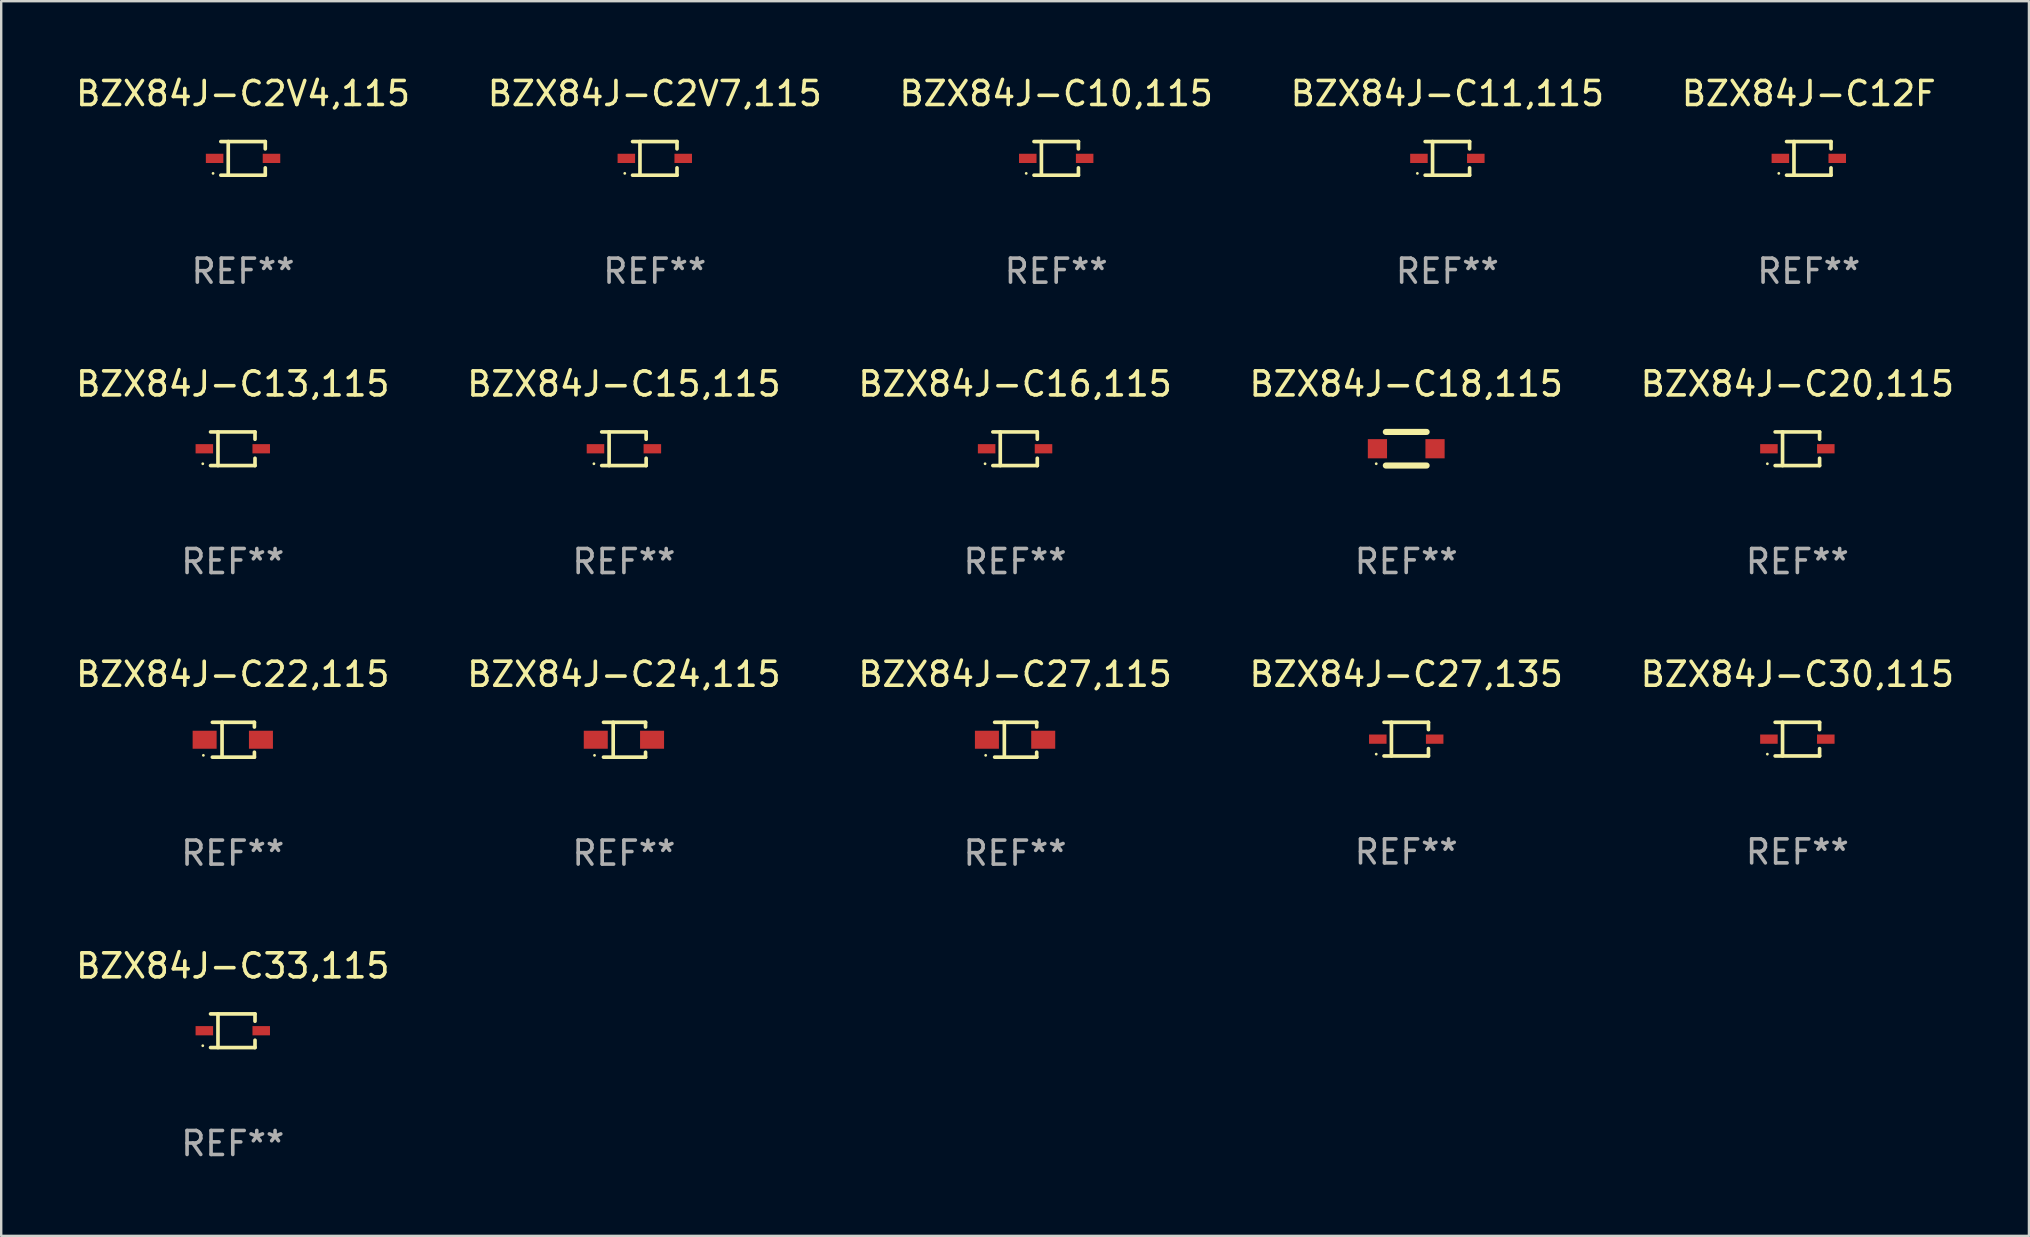
<source format=kicad_pcb>
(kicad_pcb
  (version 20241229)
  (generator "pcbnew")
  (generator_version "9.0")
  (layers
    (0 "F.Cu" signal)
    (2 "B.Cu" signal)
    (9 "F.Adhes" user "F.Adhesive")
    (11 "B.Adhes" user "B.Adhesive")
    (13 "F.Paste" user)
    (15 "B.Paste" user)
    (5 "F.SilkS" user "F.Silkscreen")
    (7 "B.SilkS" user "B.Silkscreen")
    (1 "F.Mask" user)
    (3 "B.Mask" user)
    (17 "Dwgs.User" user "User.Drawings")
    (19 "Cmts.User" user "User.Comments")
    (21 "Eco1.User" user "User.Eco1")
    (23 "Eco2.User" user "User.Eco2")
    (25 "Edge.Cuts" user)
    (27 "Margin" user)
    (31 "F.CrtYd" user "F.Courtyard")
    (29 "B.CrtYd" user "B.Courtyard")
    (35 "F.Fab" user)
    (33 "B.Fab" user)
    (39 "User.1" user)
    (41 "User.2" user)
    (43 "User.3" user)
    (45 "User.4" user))
  (footprint "BZX84J-C10,115"
    (layer "F.Cu")
    (at 40.958 3.549)
    (property "Reference" "BZX84J-C10,115" (at 0 -2.701 0) (layer "F.SilkS") (effects (font (size 1 1) (thickness 0.15))))
    (attr through_hole)
    (fp_line (start -0.926 -0.701) (end 0.926 -0.701) (stroke (width 0.152) (type solid)) (layer "F.SilkS"))
    (fp_line (start -0.926 0.701) (end 0.926 0.701) (stroke (width 0.152) (type solid)) (layer "F.SilkS"))
    (fp_line (start -0.617 -0.701) (end -0.617 0.701) (stroke (width 0.152) (type solid)) (layer "F.SilkS"))
    (fp_line (start 0.926 -0.701) (end 0.926 -0.396) (stroke (width 0.152) (type solid)) (layer "F.SilkS"))
    (fp_line (start 0.926 0.701) (end 0.926 0.396) (stroke (width 0.152) (type solid)) (layer "F.SilkS"))
    (fp_circle (center -1.25 0.625) (end -1.22 0.625) (stroke (width 0.06) (type solid)) (fill no) (layer "F.SilkS"))
    (fp_text user "REF**" (at 0 4.701 0) (layer "F.Fab") (effects (font (size 1 1) (thickness 0.15))))
    (pad "1" smd rect (at -1.185 0 180) (size 0.73 0.385) (layers "F.Cu" "F.Mask" "F.Paste"))
    (pad "2" smd rect (at 1.185 0 180) (size 0.73 0.385) (layers "F.Cu" "F.Mask" "F.Paste")))
  (footprint "BZX84J-C20,115"
    (layer "F.Cu")
    (at 71.839 15.648)
    (property "Reference" "BZX84J-C20,115" (at 0 -2.701 0) (layer "F.SilkS") (effects (font (size 1 1) (thickness 0.15))))
    (attr through_hole)
    (fp_line (start -0.926 -0.701) (end 0.926 -0.701) (stroke (width 0.152) (type solid)) (layer "F.SilkS"))
    (fp_line (start -0.926 0.701) (end 0.926 0.701) (stroke (width 0.152) (type solid)) (layer "F.SilkS"))
    (fp_line (start -0.617 -0.701) (end -0.617 0.701) (stroke (width 0.152) (type solid)) (layer "F.SilkS"))
    (fp_line (start 0.926 -0.701) (end 0.926 -0.396) (stroke (width 0.152) (type solid)) (layer "F.SilkS"))
    (fp_line (start 0.926 0.701) (end 0.926 0.396) (stroke (width 0.152) (type solid)) (layer "F.SilkS"))
    (fp_circle (center -1.25 0.625) (end -1.22 0.625) (stroke (width 0.06) (type solid)) (fill no) (layer "F.SilkS"))
    (fp_text user "REF**" (at 0 4.701 0) (layer "F.Fab") (effects (font (size 1 1) (thickness 0.15))))
    (pad "1" smd rect (at -1.185 0 180) (size 0.73 0.385) (layers "F.Cu" "F.Mask" "F.Paste"))
    (pad "2" smd rect (at 1.185 0 180) (size 0.73 0.385) (layers "F.Cu" "F.Mask" "F.Paste")))
  (footprint "BZX84J-C33,115"
    (layer "F.Cu")
    (at 6.649 39.896)
    (property "Reference" "BZX84J-C33,115" (at 0 -2.701 0) (layer "F.SilkS") (effects (font (size 1 1) (thickness 0.15))))
    (attr through_hole)
    (fp_line (start -0.926 -0.701) (end 0.926 -0.701) (stroke (width 0.152) (type solid)) (layer "F.SilkS"))
    (fp_line (start -0.926 0.701) (end 0.926 0.701) (stroke (width 0.152) (type solid)) (layer "F.SilkS"))
    (fp_line (start -0.617 -0.701) (end -0.617 0.701) (stroke (width 0.152) (type solid)) (layer "F.SilkS"))
    (fp_line (start 0.926 -0.701) (end 0.926 -0.396) (stroke (width 0.152) (type solid)) (layer "F.SilkS"))
    (fp_line (start 0.926 0.701) (end 0.926 0.396) (stroke (width 0.152) (type solid)) (layer "F.SilkS"))
    (fp_circle (center -1.25 0.625) (end -1.22 0.625) (stroke (width 0.06) (type solid)) (fill no) (layer "F.SilkS"))
    (fp_text user "REF**" (at 0 4.701 0) (layer "F.Fab") (effects (font (size 1 1) (thickness 0.15))))
    (pad "1" smd rect (at -1.185 0 180) (size 0.73 0.385) (layers "F.Cu" "F.Mask" "F.Paste"))
    (pad "2" smd rect (at 1.185 0 180) (size 0.73 0.385) (layers "F.Cu" "F.Mask" "F.Paste")))
  (footprint "BZX84J-C12F"
    (layer "F.Cu")
    (at 72.315 3.549)
    (property "Reference" "BZX84J-C12F" (at 0 -2.701 0) (layer "F.SilkS") (effects (font (size 1 1) (thickness 0.15))))
    (attr through_hole)
    (fp_line (start -0.926 -0.701) (end 0.926 -0.701) (stroke (width 0.152) (type solid)) (layer "F.SilkS"))
    (fp_line (start -0.926 0.701) (end 0.926 0.701) (stroke (width 0.152) (type solid)) (layer "F.SilkS"))
    (fp_line (start -0.617 -0.701) (end -0.617 0.701) (stroke (width 0.152) (type solid)) (layer "F.SilkS"))
    (fp_line (start 0.926 -0.701) (end 0.926 -0.396) (stroke (width 0.152) (type solid)) (layer "F.SilkS"))
    (fp_line (start 0.926 0.701) (end 0.926 0.396) (stroke (width 0.152) (type solid)) (layer "F.SilkS"))
    (fp_circle (center -1.25 0.625) (end -1.22 0.625) (stroke (width 0.06) (type solid)) (fill no) (layer "F.SilkS"))
    (fp_text user "REF**" (at 0 4.701 0) (layer "F.Fab") (effects (font (size 1 1) (thickness 0.15))))
    (pad "1" smd rect (at -1.185 0 180) (size 0.73 0.385) (layers "F.Cu" "F.Mask" "F.Paste"))
    (pad "2" smd rect (at 1.185 0 180) (size 0.73 0.385) (layers "F.Cu" "F.Mask" "F.Paste")))
  (footprint "BZX84J-C13,115"
    (layer "F.Cu")
    (at 6.649 15.648)
    (property "Reference" "BZX84J-C13,115" (at 0 -2.701 0) (layer "F.SilkS") (effects (font (size 1 1) (thickness 0.15))))
    (attr through_hole)
    (fp_line (start -0.926 -0.701) (end 0.926 -0.701) (stroke (width 0.152) (type solid)) (layer "F.SilkS"))
    (fp_line (start -0.926 0.701) (end 0.926 0.701) (stroke (width 0.152) (type solid)) (layer "F.SilkS"))
    (fp_line (start -0.617 -0.701) (end -0.617 0.701) (stroke (width 0.152) (type solid)) (layer "F.SilkS"))
    (fp_line (start 0.926 -0.701) (end 0.926 -0.396) (stroke (width 0.152) (type solid)) (layer "F.SilkS"))
    (fp_line (start 0.926 0.701) (end 0.926 0.396) (stroke (width 0.152) (type solid)) (layer "F.SilkS"))
    (fp_circle (center -1.25 0.625) (end -1.22 0.625) (stroke (width 0.06) (type solid)) (fill no) (layer "F.SilkS"))
    (fp_text user "REF**" (at 0 4.701 0) (layer "F.Fab") (effects (font (size 1 1) (thickness 0.15))))
    (pad "1" smd rect (at -1.185 0 180) (size 0.73 0.385) (layers "F.Cu" "F.Mask" "F.Paste"))
    (pad "2" smd rect (at 1.185 0 180) (size 0.73 0.385) (layers "F.Cu" "F.Mask" "F.Paste")))
  (footprint "BZX84J-C24,115"
    (layer "F.Cu")
    (at 22.946 27.772)
    (property "Reference" "BZX84J-C24,115" (at 0 -2.726 0) (layer "F.SilkS") (effects (font (size 1 1) (thickness 0.15))))
    (attr through_hole)
    (fp_line (start -0.851 -0.726) (end 0.901 -0.726) (stroke (width 0.152) (type solid)) (layer "F.SilkS"))
    (fp_line (start -0.851 0.726) (end 0.901 0.726) (stroke (width 0.152) (type solid)) (layer "F.SilkS"))
    (fp_line (start -0.447 -0.726) (end -0.447 0.726) (stroke (width 0.152) (type solid)) (layer "F.SilkS"))
    (fp_line (start 0.901 -0.726) (end 0.901 -0.53) (stroke (width 0.152) (type solid)) (layer "F.SilkS"))
    (fp_line (start 0.901 0.726) (end 0.901 0.52) (stroke (width 0.152) (type solid)) (layer "F.SilkS"))
    (fp_circle (center -1.225 0.65) (end -1.195 0.65) (stroke (width 0.06) (type solid)) (fill no) (layer "F.SilkS"))
    (fp_text user "REF**" (at 0 4.726 0) (layer "F.Fab") (effects (font (size 1 1) (thickness 0.15))))
    (pad "1" smd rect (at -1.173 0) (size 1 0.75) (layers "F.Cu" "F.Mask" "F.Paste"))
    (pad "2" smd rect (at 1.173 0) (size 1 0.75) (layers "F.Cu" "F.Mask" "F.Paste")))
  (footprint "BZX84J-C22,115"
    (layer "F.Cu")
    (at 6.649 27.772)
    (property "Reference" "BZX84J-C22,115" (at 0 -2.726 0) (layer "F.SilkS") (effects (font (size 1 1) (thickness 0.15))))
    (attr through_hole)
    (fp_line (start -0.851 -0.726) (end 0.901 -0.726) (stroke (width 0.152) (type solid)) (layer "F.SilkS"))
    (fp_line (start -0.851 0.726) (end 0.901 0.726) (stroke (width 0.152) (type solid)) (layer "F.SilkS"))
    (fp_line (start -0.447 -0.726) (end -0.447 0.726) (stroke (width 0.152) (type solid)) (layer "F.SilkS"))
    (fp_line (start 0.901 -0.726) (end 0.901 -0.53) (stroke (width 0.152) (type solid)) (layer "F.SilkS"))
    (fp_line (start 0.901 0.726) (end 0.901 0.52) (stroke (width 0.152) (type solid)) (layer "F.SilkS"))
    (fp_circle (center -1.225 0.65) (end -1.195 0.65) (stroke (width 0.06) (type solid)) (fill no) (layer "F.SilkS"))
    (fp_text user "REF**" (at 0 4.726 0) (layer "F.Fab") (effects (font (size 1 1) (thickness 0.15))))
    (pad "1" smd rect (at -1.173 0) (size 1 0.75) (layers "F.Cu" "F.Mask" "F.Paste"))
    (pad "2" smd rect (at 1.173 0) (size 1 0.75) (layers "F.Cu" "F.Mask" "F.Paste")))
  (footprint "BZX84J-C30,115"
    (layer "F.Cu")
    (at 71.839 27.747)
    (property "Reference" "BZX84J-C30,115" (at 0 -2.701 0) (layer "F.SilkS") (effects (font (size 1 1) (thickness 0.15))))
    (attr through_hole)
    (fp_line (start -0.926 -0.701) (end 0.926 -0.701) (stroke (width 0.152) (type solid)) (layer "F.SilkS"))
    (fp_line (start -0.926 0.701) (end 0.926 0.701) (stroke (width 0.152) (type solid)) (layer "F.SilkS"))
    (fp_line (start -0.617 -0.701) (end -0.617 0.701) (stroke (width 0.152) (type solid)) (layer "F.SilkS"))
    (fp_line (start 0.926 -0.701) (end 0.926 -0.396) (stroke (width 0.152) (type solid)) (layer "F.SilkS"))
    (fp_line (start 0.926 0.701) (end 0.926 0.396) (stroke (width 0.152) (type solid)) (layer "F.SilkS"))
    (fp_circle (center -1.25 0.625) (end -1.22 0.625) (stroke (width 0.06) (type solid)) (fill no) (layer "F.SilkS"))
    (fp_text user "REF**" (at 0 4.701 0) (layer "F.Fab") (effects (font (size 1 1) (thickness 0.15))))
    (pad "1" smd rect (at -1.185 0 180) (size 0.73 0.385) (layers "F.Cu" "F.Mask" "F.Paste"))
    (pad "2" smd rect (at 1.185 0 180) (size 0.73 0.385) (layers "F.Cu" "F.Mask" "F.Paste")))
  (footprint "BZX84J-C16,115"
    (layer "F.Cu")
    (at 39.244 15.648)
    (property "Reference" "BZX84J-C16,115" (at 0 -2.701 0) (layer "F.SilkS") (effects (font (size 1 1) (thickness 0.15))))
    (attr through_hole)
    (fp_line (start -0.926 -0.701) (end 0.926 -0.701) (stroke (width 0.152) (type solid)) (layer "F.SilkS"))
    (fp_line (start -0.926 0.701) (end 0.926 0.701) (stroke (width 0.152) (type solid)) (layer "F.SilkS"))
    (fp_line (start -0.617 -0.701) (end -0.617 0.701) (stroke (width 0.152) (type solid)) (layer "F.SilkS"))
    (fp_line (start 0.926 -0.701) (end 0.926 -0.396) (stroke (width 0.152) (type solid)) (layer "F.SilkS"))
    (fp_line (start 0.926 0.701) (end 0.926 0.396) (stroke (width 0.152) (type solid)) (layer "F.SilkS"))
    (fp_circle (center -1.25 0.625) (end -1.22 0.625) (stroke (width 0.06) (type solid)) (fill no) (layer "F.SilkS"))
    (fp_text user "REF**" (at 0 4.701 0) (layer "F.Fab") (effects (font (size 1 1) (thickness 0.15))))
    (pad "1" smd rect (at -1.185 0 180) (size 0.73 0.385) (layers "F.Cu" "F.Mask" "F.Paste"))
    (pad "2" smd rect (at 1.185 0 180) (size 0.73 0.385) (layers "F.Cu" "F.Mask" "F.Paste")))
  (footprint "BZX84J-C2V7,115"
    (layer "F.Cu")
    (at 24.232 3.549)
    (property "Reference" "BZX84J-C2V7,115" (at 0 -2.701 0) (layer "F.SilkS") (effects (font (size 1 1) (thickness 0.15))))
    (attr through_hole)
    (fp_line (start -0.926 -0.701) (end 0.926 -0.701) (stroke (width 0.152) (type solid)) (layer "F.SilkS"))
    (fp_line (start -0.926 0.701) (end 0.926 0.701) (stroke (width 0.152) (type solid)) (layer "F.SilkS"))
    (fp_line (start -0.617 -0.701) (end -0.617 0.701) (stroke (width 0.152) (type solid)) (layer "F.SilkS"))
    (fp_line (start 0.926 -0.701) (end 0.926 -0.396) (stroke (width 0.152) (type solid)) (layer "F.SilkS"))
    (fp_line (start 0.926 0.701) (end 0.926 0.396) (stroke (width 0.152) (type solid)) (layer "F.SilkS"))
    (fp_circle (center -1.25 0.625) (end -1.22 0.625) (stroke (width 0.06) (type solid)) (fill no) (layer "F.SilkS"))
    (fp_text user "REF**" (at 0 4.701 0) (layer "F.Fab") (effects (font (size 1 1) (thickness 0.15))))
    (pad "1" smd rect (at -1.185 0 180) (size 0.73 0.385) (layers "F.Cu" "F.Mask" "F.Paste"))
    (pad "2" smd rect (at 1.185 0 180) (size 0.73 0.385) (layers "F.Cu" "F.Mask" "F.Paste")))
  (footprint "BZX84J-C27,135"
    (layer "F.Cu")
    (at 55.542 27.747)
    (property "Reference" "BZX84J-C27,135" (at 0 -2.701 0) (layer "F.SilkS") (effects (font (size 1 1) (thickness 0.15))))
    (attr through_hole)
    (fp_line (start -0.926 -0.701) (end 0.926 -0.701) (stroke (width 0.152) (type solid)) (layer "F.SilkS"))
    (fp_line (start -0.926 0.701) (end 0.926 0.701) (stroke (width 0.152) (type solid)) (layer "F.SilkS"))
    (fp_line (start -0.617 -0.701) (end -0.617 0.701) (stroke (width 0.152) (type solid)) (layer "F.SilkS"))
    (fp_line (start 0.926 -0.701) (end 0.926 -0.396) (stroke (width 0.152) (type solid)) (layer "F.SilkS"))
    (fp_line (start 0.926 0.701) (end 0.926 0.396) (stroke (width 0.152) (type solid)) (layer "F.SilkS"))
    (fp_circle (center -1.25 0.625) (end -1.22 0.625) (stroke (width 0.06) (type solid)) (fill no) (layer "F.SilkS"))
    (fp_text user "REF**" (at 0 4.701 0) (layer "F.Fab") (effects (font (size 1 1) (thickness 0.15))))
    (pad "1" smd rect (at -1.185 0 180) (size 0.73 0.385) (layers "F.Cu" "F.Mask" "F.Paste"))
    (pad "2" smd rect (at 1.185 0 180) (size 0.73 0.385) (layers "F.Cu" "F.Mask" "F.Paste")))
  (footprint "BZX84J-C27,115"
    (layer "F.Cu")
    (at 39.244 27.772)
    (property "Reference" "BZX84J-C27,115" (at 0 -2.726 0) (layer "F.SilkS") (effects (font (size 1 1) (thickness 0.15))))
    (attr through_hole)
    (fp_line (start -0.851 -0.726) (end 0.901 -0.726) (stroke (width 0.152) (type solid)) (layer "F.SilkS"))
    (fp_line (start -0.851 0.726) (end 0.901 0.726) (stroke (width 0.152) (type solid)) (layer "F.SilkS"))
    (fp_line (start -0.447 -0.726) (end -0.447 0.726) (stroke (width 0.152) (type solid)) (layer "F.SilkS"))
    (fp_line (start 0.901 -0.726) (end 0.901 -0.53) (stroke (width 0.152) (type solid)) (layer "F.SilkS"))
    (fp_line (start 0.901 0.726) (end 0.901 0.52) (stroke (width 0.152) (type solid)) (layer "F.SilkS"))
    (fp_circle (center -1.225 0.65) (end -1.195 0.65) (stroke (width 0.06) (type solid)) (fill no) (layer "F.SilkS"))
    (fp_text user "REF**" (at 0 4.726 0) (layer "F.Fab") (effects (font (size 1 1) (thickness 0.15))))
    (pad "1" smd rect (at -1.173 0) (size 1 0.75) (layers "F.Cu" "F.Mask" "F.Paste"))
    (pad "2" smd rect (at 1.173 0) (size 1 0.75) (layers "F.Cu" "F.Mask" "F.Paste")))
  (footprint "BZX84J-C15,115"
    (layer "F.Cu")
    (at 22.946 15.648)
    (property "Reference" "BZX84J-C15,115" (at 0 -2.701 0) (layer "F.SilkS") (effects (font (size 1 1) (thickness 0.15))))
    (attr through_hole)
    (fp_line (start -0.926 -0.701) (end 0.926 -0.701) (stroke (width 0.152) (type solid)) (layer "F.SilkS"))
    (fp_line (start -0.926 0.701) (end 0.926 0.701) (stroke (width 0.152) (type solid)) (layer "F.SilkS"))
    (fp_line (start -0.617 -0.701) (end -0.617 0.701) (stroke (width 0.152) (type solid)) (layer "F.SilkS"))
    (fp_line (start 0.926 -0.701) (end 0.926 -0.396) (stroke (width 0.152) (type solid)) (layer "F.SilkS"))
    (fp_line (start 0.926 0.701) (end 0.926 0.396) (stroke (width 0.152) (type solid)) (layer "F.SilkS"))
    (fp_circle (center -1.25 0.625) (end -1.22 0.625) (stroke (width 0.06) (type solid)) (fill no) (layer "F.SilkS"))
    (fp_text user "REF**" (at 0 4.701 0) (layer "F.Fab") (effects (font (size 1 1) (thickness 0.15))))
    (pad "1" smd rect (at -1.185 0 180) (size 0.73 0.385) (layers "F.Cu" "F.Mask" "F.Paste"))
    (pad "2" smd rect (at 1.185 0 180) (size 0.73 0.385) (layers "F.Cu" "F.Mask" "F.Paste")))
  (footprint "BZX84J-C11,115"
    (layer "F.Cu")
    (at 57.256 3.549)
    (property "Reference" "BZX84J-C11,115" (at 0 -2.701 0) (layer "F.SilkS") (effects (font (size 1 1) (thickness 0.15))))
    (attr through_hole)
    (fp_line (start -0.926 -0.701) (end 0.926 -0.701) (stroke (width 0.152) (type solid)) (layer "F.SilkS"))
    (fp_line (start -0.926 0.701) (end 0.926 0.701) (stroke (width 0.152) (type solid)) (layer "F.SilkS"))
    (fp_line (start -0.617 -0.701) (end -0.617 0.701) (stroke (width 0.152) (type solid)) (layer "F.SilkS"))
    (fp_line (start 0.926 -0.701) (end 0.926 -0.396) (stroke (width 0.152) (type solid)) (layer "F.SilkS"))
    (fp_line (start 0.926 0.701) (end 0.926 0.396) (stroke (width 0.152) (type solid)) (layer "F.SilkS"))
    (fp_circle (center -1.25 0.625) (end -1.22 0.625) (stroke (width 0.06) (type solid)) (fill no) (layer "F.SilkS"))
    (fp_text user "REF**" (at 0 4.701 0) (layer "F.Fab") (effects (font (size 1 1) (thickness 0.15))))
    (pad "1" smd rect (at -1.185 0 180) (size 0.73 0.385) (layers "F.Cu" "F.Mask" "F.Paste"))
    (pad "2" smd rect (at 1.185 0 180) (size 0.73 0.385) (layers "F.Cu" "F.Mask" "F.Paste")))
  (footprint "BZX84J-C2V4,115"
    (layer "F.Cu")
    (at 7.077 3.549)
    (property "Reference" "BZX84J-C2V4,115" (at 0 -2.701 0) (layer "F.SilkS") (effects (font (size 1 1) (thickness 0.15))))
    (attr through_hole)
    (fp_line (start -0.926 -0.701) (end 0.926 -0.701) (stroke (width 0.152) (type solid)) (layer "F.SilkS"))
    (fp_line (start -0.926 0.701) (end 0.926 0.701) (stroke (width 0.152) (type solid)) (layer "F.SilkS"))
    (fp_line (start -0.617 -0.701) (end -0.617 0.701) (stroke (width 0.152) (type solid)) (layer "F.SilkS"))
    (fp_line (start 0.926 -0.701) (end 0.926 -0.396) (stroke (width 0.152) (type solid)) (layer "F.SilkS"))
    (fp_line (start 0.926 0.701) (end 0.926 0.396) (stroke (width 0.152) (type solid)) (layer "F.SilkS"))
    (fp_circle (center -1.25 0.625) (end -1.22 0.625) (stroke (width 0.06) (type solid)) (fill no) (layer "F.SilkS"))
    (fp_text user "REF**" (at 0 4.701 0) (layer "F.Fab") (effects (font (size 1 1) (thickness 0.15))))
    (pad "1" smd rect (at -1.185 0 180) (size 0.73 0.385) (layers "F.Cu" "F.Mask" "F.Paste"))
    (pad "2" smd rect (at 1.185 0 180) (size 0.73 0.385) (layers "F.Cu" "F.Mask" "F.Paste")))
  (footprint "BZX84J-C18,115"
    (layer "F.Cu")
    (at 55.542 15.647)
    (property "Reference" "BZX84J-C18,115" (at 0 -2.7 0) (layer "F.SilkS") (effects (font (size 1 1) (thickness 0.15))))
    (attr through_hole)
    (fp_line (start -0.85 -0.7) (end 0.85 -0.7) (stroke (width 0.254) (type solid)) (layer "F.SilkS"))
    (fp_line (start -0.85 0.7) (end 0.85 0.7) (stroke (width 0.254) (type solid)) (layer "F.SilkS"))
    (fp_circle (center -1.25 0.625) (end -1.22 0.625) (stroke (width 0.06) (type solid)) (fill no) (layer "F.SilkS"))
    (fp_text user "REF**" (at 0 4.7 0) (layer "F.Fab") (effects (font (size 1 1) (thickness 0.15))))
    (pad "1" smd rect (at -1.2 0) (size 0.8 0.8) (layers "F.Cu" "F.Mask" "F.Paste"))
    (pad "2" smd rect (at 1.2 0) (size 0.8 0.8) (layers "F.Cu" "F.Mask" "F.Paste")))
  (gr_rect
    (start -3 -3)
    (end 81.488 48.445)
    (stroke (width 0.1) (type default))
    (fill no)
    (layer "Edge.Cuts")))
</source>
